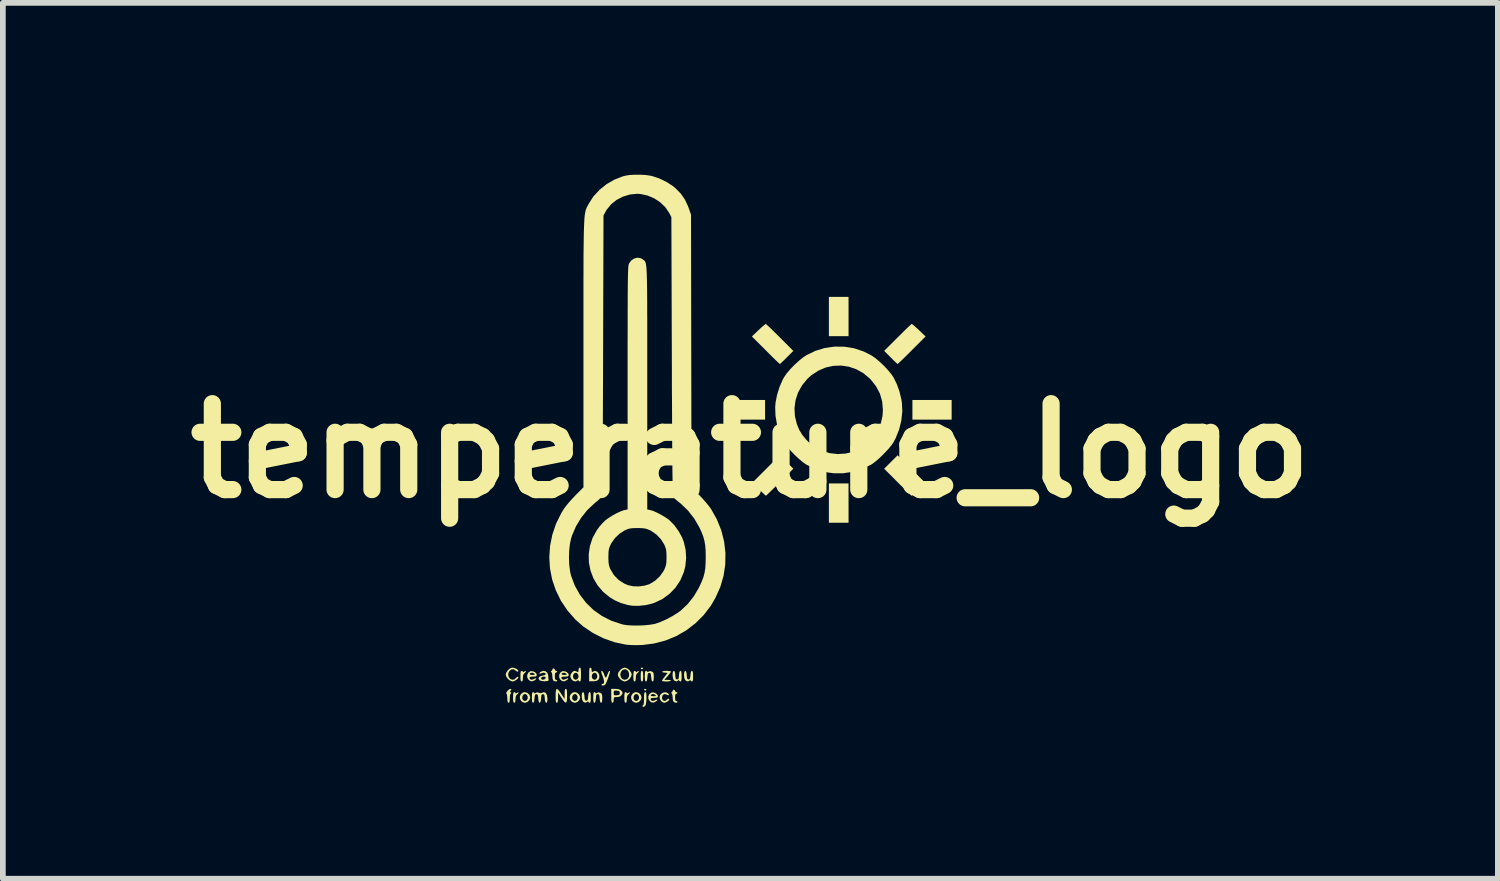
<source format=kicad_pcb>
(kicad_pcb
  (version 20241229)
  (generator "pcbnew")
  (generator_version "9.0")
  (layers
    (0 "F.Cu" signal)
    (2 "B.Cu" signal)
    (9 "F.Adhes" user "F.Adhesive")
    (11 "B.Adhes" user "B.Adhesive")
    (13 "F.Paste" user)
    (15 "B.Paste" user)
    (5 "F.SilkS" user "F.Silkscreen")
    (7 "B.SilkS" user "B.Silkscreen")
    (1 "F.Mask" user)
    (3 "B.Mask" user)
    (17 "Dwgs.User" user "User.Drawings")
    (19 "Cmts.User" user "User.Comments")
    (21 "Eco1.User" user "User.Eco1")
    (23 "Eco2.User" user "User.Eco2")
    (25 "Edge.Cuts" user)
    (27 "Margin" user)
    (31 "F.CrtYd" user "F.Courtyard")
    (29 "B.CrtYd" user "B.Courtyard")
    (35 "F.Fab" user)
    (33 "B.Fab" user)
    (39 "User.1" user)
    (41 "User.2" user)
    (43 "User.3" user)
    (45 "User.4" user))
  (footprint "temperature_logo"
    (layer "F.Cu")
    (at 10.05 4.819)
    (property "Reference" "temperature_logo" (at 0 0 0) (layer "F.SilkS") (effects (font (size 1.5 1.5) (thickness 0.3))))
    (attr board_only exclude_from_pos_files exclude_from_bom)
    (fp_poly (pts (xy -1.874 3.793) (xy -1.871 3.8) (xy -1.883 3.813) (xy -1.893 3.814) (xy -1.912 3.807) (xy -1.914 3.8) (xy -1.903 3.787) (xy -1.893 3.786)) (stroke (width 0) (type solid)) (fill yes) (layer "F.SilkS"))
    (fp_poly (pts (xy -1.817 4.165) (xy -1.814 4.171) (xy -1.826 4.184) (xy -1.836 4.186) (xy -1.855 4.178) (xy -1.857 4.171) (xy -1.846 4.159) (xy -1.836 4.157)) (stroke (width 0) (type solid)) (fill yes) (layer "F.SilkS"))
    (fp_poly (pts (xy 0.257 -0.714) (xy 0.257 -0.543) (xy -0.086 -0.543) (xy -0.429 -0.543) (xy -0.429 -0.714) (xy -0.429 -0.886) (xy -0.086 -0.886) (xy 0.257 -0.886)) (stroke (width 0) (type solid)) (fill yes) (layer "F.SilkS"))
    (fp_poly (pts (xy 1.714 -2.343) (xy 1.714 -2) (xy 1.543 -2) (xy 1.371 -2) (xy 1.371 -2.343) (xy 1.371 -2.686) (xy 1.543 -2.686) (xy 1.714 -2.686)) (stroke (width 0) (type solid)) (fill yes) (layer "F.SilkS"))
    (fp_poly (pts (xy 1.714 0.914) (xy 1.714 1.257) (xy 1.543 1.257) (xy 1.371 1.257) (xy 1.371 0.914) (xy 1.371 0.571) (xy 1.543 0.571) (xy 1.714 0.571)) (stroke (width 0) (type solid)) (fill yes) (layer "F.SilkS"))
    (fp_poly (pts (xy 3.514 -0.714) (xy 3.514 -0.543) (xy 3.171 -0.543) (xy 2.829 -0.543) (xy 2.829 -0.714) (xy 2.829 -0.886) (xy 3.171 -0.886) (xy 3.514 -0.886)) (stroke (width 0) (type solid)) (fill yes) (layer "F.SilkS"))
    (fp_poly (pts (xy -1.881 3.849) (xy -1.874 3.871) (xy -1.872 3.915) (xy -1.871 3.936) (xy -1.873 3.988) (xy -1.878 4.017) (xy -1.888 4.028) (xy -1.893 4.029) (xy -1.905 4.022) (xy -1.912 4) (xy -1.914 3.957) (xy -1.914 3.936) (xy -1.913 3.884) (xy -1.908 3.855) (xy -1.898 3.844) (xy -1.893 3.843)) (stroke (width 0) (type solid)) (fill yes) (layer "F.SilkS"))
    (fp_poly (pts (xy 0.632 0.196) (xy 0.75 0.314) (xy 0.514 0.55) (xy 0.447 0.617) (xy 0.387 0.676) (xy 0.337 0.725) (xy 0.299 0.762) (xy 0.276 0.782) (xy 0.271 0.786) (xy 0.259 0.776) (xy 0.231 0.75) (xy 0.191 0.712) (xy 0.15 0.671) (xy 0.036 0.557) (xy 0.275 0.318) (xy 0.514 0.079)) (stroke (width 0) (type solid)) (fill yes) (layer "F.SilkS"))
    (fp_poly (pts (xy 2.811 0.318) (xy 3.05 0.557) (xy 2.936 0.671) (xy 2.89 0.717) (xy 2.851 0.754) (xy 2.825 0.778) (xy 2.814 0.786) (xy 2.803 0.776) (xy 2.774 0.749) (xy 2.73 0.707) (xy 2.676 0.653) (xy 2.612 0.591) (xy 2.571 0.55) (xy 2.336 0.314) (xy 2.454 0.196) (xy 2.571 0.079)) (stroke (width 0) (type solid)) (fill yes) (layer "F.SilkS"))
    (fp_poly (pts (xy -1.824 4.22) (xy -1.817 4.241) (xy -1.815 4.283) (xy -1.814 4.315) (xy -1.816 4.37) (xy -1.822 4.416) (xy -1.829 4.444) (xy -1.848 4.464) (xy -1.87 4.472) (xy -1.884 4.464) (xy -1.886 4.457) (xy -1.875 4.443) (xy -1.871 4.443) (xy -1.864 4.429) (xy -1.859 4.393) (xy -1.857 4.339) (xy -1.857 4.329) (xy -1.856 4.27) (xy -1.852 4.235) (xy -1.845 4.218) (xy -1.836 4.214)) (stroke (width 0) (type solid)) (fill yes) (layer "F.SilkS"))
    (fp_poly (pts (xy -4.102 4.223) (xy -4.1 4.23) (xy -4.093 4.238) (xy -4.078 4.228) (xy -4.056 4.218) (xy -4.047 4.22) (xy -4.05 4.234) (xy -4.069 4.251) (xy -4.09 4.274) (xy -4.099 4.309) (xy -4.1 4.337) (xy -4.103 4.379) (xy -4.113 4.398) (xy -4.121 4.4) (xy -4.133 4.394) (xy -4.14 4.372) (xy -4.143 4.328) (xy -4.143 4.307) (xy -4.141 4.255) (xy -4.136 4.226) (xy -4.126 4.215) (xy -4.121 4.214)) (stroke (width 0) (type solid)) (fill yes) (layer "F.SilkS"))
    (fp_poly (pts (xy -3.974 3.851) (xy -3.971 3.859) (xy -3.964 3.866) (xy -3.95 3.857) (xy -3.928 3.846) (xy -3.918 3.848) (xy -3.921 3.862) (xy -3.94 3.88) (xy -3.961 3.903) (xy -3.97 3.938) (xy -3.971 3.965) (xy -3.974 4.007) (xy -3.984 4.026) (xy -3.993 4.029) (xy -4.005 4.022) (xy -4.012 4) (xy -4.014 3.957) (xy -4.014 3.936) (xy -4.013 3.884) (xy -4.008 3.855) (xy -3.998 3.844) (xy -3.993 3.843)) (stroke (width 0) (type solid)) (fill yes) (layer "F.SilkS"))
    (fp_poly (pts (xy -2.16 4.223) (xy -2.157 4.23) (xy -2.15 4.238) (xy -2.135 4.228) (xy -2.114 4.218) (xy -2.104 4.22) (xy -2.107 4.234) (xy -2.126 4.251) (xy -2.147 4.274) (xy -2.156 4.309) (xy -2.157 4.337) (xy -2.16 4.379) (xy -2.17 4.398) (xy -2.179 4.4) (xy -2.191 4.394) (xy -2.197 4.372) (xy -2.2 4.328) (xy -2.2 4.307) (xy -2.199 4.255) (xy -2.193 4.226) (xy -2.183 4.215) (xy -2.179 4.214)) (stroke (width 0) (type solid)) (fill yes) (layer "F.SilkS"))
    (fp_poly (pts (xy -2.002 3.851) (xy -2 3.859) (xy -1.993 3.866) (xy -1.978 3.857) (xy -1.956 3.846) (xy -1.947 3.848) (xy -1.95 3.862) (xy -1.969 3.88) (xy -1.99 3.903) (xy -1.999 3.938) (xy -2 3.965) (xy -2.003 4.007) (xy -2.013 4.026) (xy -2.021 4.029) (xy -2.033 4.022) (xy -2.04 4) (xy -2.043 3.957) (xy -2.043 3.936) (xy -2.041 3.884) (xy -2.036 3.855) (xy -2.026 3.844) (xy -2.021 3.843)) (stroke (width 0) (type solid)) (fill yes) (layer "F.SilkS"))
    (fp_poly (pts (xy -4.173 4.165) (xy -4.176 4.182) (xy -4.189 4.191) (xy -4.198 4.201) (xy -4.186 4.214) (xy -4.173 4.229) (xy -4.182 4.238) (xy -4.194 4.257) (xy -4.199 4.3) (xy -4.2 4.323) (xy -4.202 4.37) (xy -4.209 4.394) (xy -4.221 4.4) (xy -4.234 4.393) (xy -4.241 4.368) (xy -4.243 4.323) (xy -4.246 4.275) (xy -4.254 4.246) (xy -4.259 4.24) (xy -4.263 4.228) (xy -4.25 4.205) (xy -4.229 4.181) (xy -4.206 4.163) (xy -4.19 4.157)) (stroke (width 0) (type solid)) (fill yes) (layer "F.SilkS"))
    (fp_poly (pts (xy 0.281 -2.205) (xy 0.311 -2.177) (xy 0.355 -2.136) (xy 0.41 -2.082) (xy 0.474 -2.019) (xy 0.514 -1.979) (xy 0.75 -1.743) (xy 0.636 -1.629) (xy 0.59 -1.583) (xy 0.551 -1.546) (xy 0.525 -1.522) (xy 0.514 -1.514) (xy 0.503 -1.524) (xy 0.474 -1.551) (xy 0.43 -1.593) (xy 0.375 -1.647) (xy 0.312 -1.71) (xy 0.267 -1.755) (xy 0.027 -1.995) (xy 0.142 -2.105) (xy 0.189 -2.149) (xy 0.229 -2.184) (xy 0.257 -2.207) (xy 0.268 -2.214)) (stroke (width 0) (type solid)) (fill yes) (layer "F.SilkS"))
    (fp_poly (pts (xy 2.832 -2.205) (xy 2.862 -2.18) (xy 2.903 -2.143) (xy 2.944 -2.105) (xy 3.059 -1.995) (xy 2.819 -1.755) (xy 2.751 -1.687) (xy 2.69 -1.627) (xy 2.639 -1.577) (xy 2.6 -1.54) (xy 2.577 -1.518) (xy 2.571 -1.514) (xy 2.559 -1.524) (xy 2.531 -1.55) (xy 2.491 -1.588) (xy 2.45 -1.629) (xy 2.336 -1.743) (xy 2.572 -1.979) (xy 2.639 -2.045) (xy 2.699 -2.105) (xy 2.75 -2.154) (xy 2.789 -2.19) (xy 2.812 -2.211) (xy 2.818 -2.214)) (stroke (width 0) (type solid)) (fill yes) (layer "F.SilkS"))
    (fp_poly (pts (xy -1.421 3.845) (xy -1.393 3.85) (xy -1.386 3.855) (xy -1.394 3.872) (xy -1.417 3.902) (xy -1.444 3.934) (xy -1.502 4) (xy -1.444 4) (xy -1.408 4.003) (xy -1.387 4.011) (xy -1.386 4.014) (xy -1.399 4.022) (xy -1.432 4.027) (xy -1.464 4.029) (xy -1.507 4.027) (xy -1.536 4.021) (xy -1.543 4.016) (xy -1.535 3.999) (xy -1.513 3.968) (xy -1.493 3.941) (xy -1.443 3.879) (xy -1.493 3.874) (xy -1.531 3.868) (xy -1.542 3.859) (xy -1.53 3.85) (xy -1.497 3.844) (xy -1.464 3.843)) (stroke (width 0) (type solid)) (fill yes) (layer "F.SilkS"))
    (fp_poly (pts (xy -1.464 4.22) (xy -1.436 4.237) (xy -1.42 4.26) (xy -1.427 4.269) (xy -1.453 4.263) (xy -1.464 4.257) (xy -1.502 4.248) (xy -1.529 4.264) (xy -1.542 4.302) (xy -1.543 4.315) (xy -1.533 4.349) (xy -1.51 4.367) (xy -1.482 4.367) (xy -1.464 4.352) (xy -1.442 4.333) (xy -1.423 4.329) (xy -1.414 4.342) (xy -1.426 4.361) (xy -1.454 4.382) (xy -1.486 4.397) (xy -1.503 4.4) (xy -1.532 4.39) (xy -1.557 4.371) (xy -1.579 4.337) (xy -1.586 4.307) (xy -1.574 4.264) (xy -1.544 4.233) (xy -1.505 4.217)) (stroke (width 0) (type solid)) (fill yes) (layer "F.SilkS"))
    (fp_poly (pts (xy -3.893 4.227) (xy -3.859 4.259) (xy -3.843 4.301) (xy -3.843 4.307) (xy -3.856 4.35) (xy -3.888 4.384) (xy -3.929 4.4) (xy -3.936 4.4) (xy -3.973 4.39) (xy -4 4.371) (xy -4.023 4.331) (xy -4.023 4.32) (xy -3.983 4.32) (xy -3.971 4.351) (xy -3.941 4.37) (xy -3.911 4.361) (xy -3.903 4.354) (xy -3.887 4.324) (xy -3.888 4.291) (xy -3.902 4.263) (xy -3.925 4.247) (xy -3.954 4.252) (xy -3.955 4.252) (xy -3.978 4.281) (xy -3.983 4.32) (xy -4.023 4.32) (xy -4.024 4.287) (xy -4.005 4.248) (xy -3.971 4.221) (xy -3.936 4.214)) (stroke (width 0) (type solid)) (fill yes) (layer "F.SilkS"))
    (fp_poly (pts (xy -3.022 4.227) (xy -2.988 4.259) (xy -2.972 4.301) (xy -2.971 4.307) (xy -2.984 4.35) (xy -3.016 4.384) (xy -3.058 4.4) (xy -3.064 4.4) (xy -3.101 4.39) (xy -3.129 4.371) (xy -3.152 4.331) (xy -3.152 4.32) (xy -3.112 4.32) (xy -3.099 4.351) (xy -3.07 4.37) (xy -3.039 4.361) (xy -3.031 4.354) (xy -3.016 4.324) (xy -3.017 4.291) (xy -3.031 4.263) (xy -3.054 4.247) (xy -3.082 4.252) (xy -3.083 4.252) (xy -3.106 4.281) (xy -3.112 4.32) (xy -3.152 4.32) (xy -3.153 4.287) (xy -3.134 4.248) (xy -3.099 4.221) (xy -3.064 4.214)) (stroke (width 0) (type solid)) (fill yes) (layer "F.SilkS"))
    (fp_poly (pts (xy -1.95 4.227) (xy -1.916 4.259) (xy -1.9 4.301) (xy -1.9 4.307) (xy -1.913 4.35) (xy -1.945 4.384) (xy -1.987 4.4) (xy -1.993 4.4) (xy -2.03 4.39) (xy -2.057 4.371) (xy -2.08 4.331) (xy -2.081 4.32) (xy -2.04 4.32) (xy -2.028 4.351) (xy -1.999 4.37) (xy -1.968 4.361) (xy -1.96 4.354) (xy -1.944 4.324) (xy -1.945 4.291) (xy -1.959 4.263) (xy -1.983 4.247) (xy -2.011 4.252) (xy -2.012 4.252) (xy -2.035 4.281) (xy -2.04 4.32) (xy -2.081 4.32) (xy -2.081 4.287) (xy -2.062 4.248) (xy -2.028 4.221) (xy -1.993 4.214)) (stroke (width 0) (type solid)) (fill yes) (layer "F.SilkS"))
    (fp_poly (pts (xy -2.577 3.855) (xy -2.56 3.886) (xy -2.557 3.896) (xy -2.54 3.942) (xy -2.526 3.96) (xy -2.513 3.952) (xy -2.5 3.919) (xy -2.481 3.87) (xy -2.463 3.845) (xy -2.45 3.845) (xy -2.451 3.861) (xy -2.46 3.896) (xy -2.475 3.942) (xy -2.492 3.991) (xy -2.51 4.037) (xy -2.526 4.071) (xy -2.533 4.082) (xy -2.554 4.096) (xy -2.58 4.1) (xy -2.598 4.092) (xy -2.6 4.086) (xy -2.589 4.073) (xy -2.58 4.071) (xy -2.558 4.062) (xy -2.553 4.033) (xy -2.563 3.982) (xy -2.579 3.936) (xy -2.597 3.886) (xy -2.603 3.857) (xy -2.6 3.844) (xy -2.594 3.843)) (stroke (width 0) (type solid)) (fill yes) (layer "F.SilkS"))
    (fp_poly (pts (xy -3.417 3.811) (xy -3.414 3.821) (xy -3.403 3.84) (xy -3.393 3.843) (xy -3.374 3.851) (xy -3.371 3.857) (xy -3.383 3.87) (xy -3.393 3.871) (xy -3.407 3.88) (xy -3.413 3.908) (xy -3.414 3.936) (xy -3.411 3.978) (xy -3.402 3.997) (xy -3.393 4) (xy -3.374 4.008) (xy -3.371 4.014) (xy -3.382 4.026) (xy -3.407 4.027) (xy -3.433 4.017) (xy -3.44 4.011) (xy -3.451 3.987) (xy -3.457 3.947) (xy -3.457 3.934) (xy -3.461 3.894) (xy -3.471 3.868) (xy -3.475 3.865) (xy -3.486 3.856) (xy -3.475 3.849) (xy -3.459 3.829) (xy -3.457 3.82) (xy -3.446 3.802) (xy -3.436 3.8)) (stroke (width 0) (type solid)) (fill yes) (layer "F.SilkS"))
    (fp_poly (pts (xy -3.211 4.162) (xy -3.204 4.181) (xy -3.201 4.219) (xy -3.2 4.279) (xy -3.202 4.346) (xy -3.209 4.387) (xy -3.223 4.399) (xy -3.245 4.385) (xy -3.277 4.344) (xy -3.299 4.311) (xy -3.357 4.221) (xy -3.357 4.311) (xy -3.359 4.362) (xy -3.364 4.39) (xy -3.375 4.4) (xy -3.379 4.4) (xy -3.389 4.395) (xy -3.396 4.376) (xy -3.399 4.338) (xy -3.4 4.279) (xy -3.398 4.211) (xy -3.391 4.171) (xy -3.377 4.158) (xy -3.355 4.172) (xy -3.323 4.213) (xy -3.301 4.246) (xy -3.243 4.336) (xy -3.243 4.246) (xy -3.241 4.195) (xy -3.236 4.168) (xy -3.225 4.158) (xy -3.221 4.157)) (stroke (width 0) (type solid)) (fill yes) (layer "F.SilkS"))
    (fp_poly (pts (xy -2.152 3.798) (xy -2.112 3.829) (xy -2.083 3.869) (xy -2.071 3.907) (xy -2.084 3.948) (xy -2.114 3.988) (xy -2.154 4.017) (xy -2.193 4.029) (xy -2.232 4.017) (xy -2.273 3.987) (xy -2.303 3.946) (xy -2.314 3.907) (xy -2.314 3.905) (xy -2.271 3.905) (xy -2.261 3.953) (xy -2.234 3.986) (xy -2.198 3.999) (xy -2.157 3.989) (xy -2.14 3.976) (xy -2.119 3.941) (xy -2.116 3.898) (xy -2.128 3.857) (xy -2.154 3.826) (xy -2.19 3.814) (xy -2.231 3.827) (xy -2.26 3.86) (xy -2.271 3.905) (xy -2.314 3.905) (xy -2.302 3.867) (xy -2.271 3.827) (xy -2.231 3.797) (xy -2.193 3.786)) (stroke (width 0) (type solid)) (fill yes) (layer "F.SilkS"))
    (fp_poly (pts (xy -1.317 4.183) (xy -1.314 4.193) (xy -1.303 4.212) (xy -1.293 4.214) (xy -1.274 4.222) (xy -1.271 4.229) (xy -1.283 4.241) (xy -1.293 4.243) (xy -1.307 4.251) (xy -1.313 4.28) (xy -1.314 4.307) (xy -1.311 4.35) (xy -1.302 4.369) (xy -1.293 4.371) (xy -1.274 4.379) (xy -1.271 4.386) (xy -1.282 4.398) (xy -1.307 4.399) (xy -1.333 4.388) (xy -1.34 4.383) (xy -1.351 4.359) (xy -1.357 4.319) (xy -1.357 4.305) (xy -1.361 4.265) (xy -1.371 4.24) (xy -1.375 4.237) (xy -1.386 4.228) (xy -1.375 4.22) (xy -1.359 4.2) (xy -1.357 4.192) (xy -1.346 4.174) (xy -1.336 4.171)) (stroke (width 0) (type solid)) (fill yes) (layer "F.SilkS"))
    (fp_poly (pts (xy -2.795 4.221) (xy -2.788 4.245) (xy -2.786 4.291) (xy -2.786 4.307) (xy -2.787 4.359) (xy -2.792 4.388) (xy -2.802 4.399) (xy -2.807 4.4) (xy -2.826 4.391) (xy -2.829 4.383) (xy -2.833 4.373) (xy -2.846 4.383) (xy -2.877 4.399) (xy -2.91 4.387) (xy -2.92 4.378) (xy -2.934 4.351) (xy -2.942 4.313) (xy -2.944 4.272) (xy -2.939 4.236) (xy -2.928 4.216) (xy -2.922 4.214) (xy -2.908 4.224) (xy -2.9 4.256) (xy -2.897 4.289) (xy -2.893 4.334) (xy -2.885 4.356) (xy -2.871 4.364) (xy -2.864 4.364) (xy -2.847 4.36) (xy -2.838 4.343) (xy -2.833 4.307) (xy -2.831 4.289) (xy -2.826 4.241) (xy -2.816 4.218) (xy -2.806 4.214)) (stroke (width 0) (type solid)) (fill yes) (layer "F.SilkS"))
    (fp_poly (pts (xy -2.702 4.223) (xy -2.7 4.23) (xy -2.693 4.238) (xy -2.678 4.228) (xy -2.653 4.217) (xy -2.621 4.226) (xy -2.6 4.239) (xy -2.59 4.258) (xy -2.586 4.293) (xy -2.586 4.321) (xy -2.588 4.369) (xy -2.595 4.394) (xy -2.606 4.4) (xy -2.62 4.39) (xy -2.628 4.359) (xy -2.631 4.325) (xy -2.636 4.281) (xy -2.643 4.258) (xy -2.657 4.25) (xy -2.664 4.25) (xy -2.681 4.254) (xy -2.691 4.271) (xy -2.696 4.307) (xy -2.697 4.325) (xy -2.703 4.373) (xy -2.713 4.396) (xy -2.722 4.4) (xy -2.734 4.393) (xy -2.74 4.369) (xy -2.743 4.323) (xy -2.743 4.307) (xy -2.741 4.255) (xy -2.736 4.226) (xy -2.726 4.215) (xy -2.721 4.214)) (stroke (width 0) (type solid)) (fill yes) (layer "F.SilkS"))
    (fp_poly (pts (xy -1.802 3.851) (xy -1.8 3.859) (xy -1.793 3.866) (xy -1.778 3.857) (xy -1.753 3.846) (xy -1.721 3.855) (xy -1.7 3.867) (xy -1.69 3.887) (xy -1.686 3.922) (xy -1.686 3.95) (xy -1.688 3.998) (xy -1.695 4.022) (xy -1.706 4.029) (xy -1.72 4.019) (xy -1.728 3.987) (xy -1.731 3.954) (xy -1.736 3.909) (xy -1.743 3.887) (xy -1.757 3.879) (xy -1.764 3.879) (xy -1.781 3.883) (xy -1.791 3.899) (xy -1.796 3.936) (xy -1.797 3.954) (xy -1.803 4.001) (xy -1.813 4.025) (xy -1.822 4.029) (xy -1.834 4.022) (xy -1.84 3.998) (xy -1.843 3.952) (xy -1.843 3.936) (xy -1.841 3.884) (xy -1.836 3.855) (xy -1.826 3.844) (xy -1.821 3.843)) (stroke (width 0) (type solid)) (fill yes) (layer "F.SilkS"))
    (fp_poly (pts (xy -1.209 3.85) (xy -1.202 3.874) (xy -1.2 3.92) (xy -1.2 3.936) (xy -1.201 3.988) (xy -1.207 4.017) (xy -1.217 4.028) (xy -1.221 4.029) (xy -1.24 4.019) (xy -1.243 4.011) (xy -1.247 4.001) (xy -1.26 4.011) (xy -1.291 4.028) (xy -1.324 4.015) (xy -1.335 4.006) (xy -1.349 3.98) (xy -1.356 3.942) (xy -1.358 3.9) (xy -1.353 3.865) (xy -1.342 3.845) (xy -1.336 3.843) (xy -1.323 3.853) (xy -1.314 3.884) (xy -1.311 3.918) (xy -1.307 3.962) (xy -1.3 3.985) (xy -1.285 3.992) (xy -1.279 3.993) (xy -1.261 3.989) (xy -1.252 3.972) (xy -1.247 3.936) (xy -1.246 3.918) (xy -1.24 3.87) (xy -1.23 3.847) (xy -1.221 3.843)) (stroke (width 0) (type solid)) (fill yes) (layer "F.SilkS"))
    (fp_poly (pts (xy -1.009 3.85) (xy -1.002 3.874) (xy -1 3.92) (xy -1 3.936) (xy -1.001 3.988) (xy -1.007 4.017) (xy -1.017 4.028) (xy -1.021 4.029) (xy -1.04 4.019) (xy -1.043 4.011) (xy -1.047 4.001) (xy -1.06 4.011) (xy -1.091 4.028) (xy -1.124 4.015) (xy -1.135 4.006) (xy -1.149 3.98) (xy -1.156 3.942) (xy -1.158 3.9) (xy -1.153 3.865) (xy -1.142 3.845) (xy -1.136 3.843) (xy -1.123 3.853) (xy -1.114 3.884) (xy -1.111 3.918) (xy -1.107 3.962) (xy -1.1 3.985) (xy -1.085 3.992) (xy -1.079 3.993) (xy -1.061 3.989) (xy -1.052 3.972) (xy -1.047 3.936) (xy -1.046 3.918) (xy -1.04 3.87) (xy -1.03 3.847) (xy -1.021 3.843)) (stroke (width 0) (type solid)) (fill yes) (layer "F.SilkS"))
    (fp_poly (pts (xy -4.119 3.793) (xy -4.08 3.81) (xy -4.054 3.832) (xy -4.051 3.838) (xy -4.053 3.854) (xy -4.07 3.856) (xy -4.092 3.844) (xy -4.1 3.836) (xy -4.132 3.815) (xy -4.167 3.817) (xy -4.2 3.838) (xy -4.222 3.873) (xy -4.229 3.91) (xy -4.218 3.953) (xy -4.192 3.984) (xy -4.157 3.998) (xy -4.121 3.993) (xy -4.095 3.97) (xy -4.073 3.949) (xy -4.055 3.946) (xy -4.049 3.958) (xy -4.061 3.977) (xy -4.086 4) (xy -4.116 4.018) (xy -4.145 4.028) (xy -4.15 4.029) (xy -4.189 4.017) (xy -4.229 3.987) (xy -4.23 3.987) (xy -4.26 3.946) (xy -4.271 3.907) (xy -4.26 3.87) (xy -4.233 3.832) (xy -4.198 3.801) (xy -4.163 3.786) (xy -4.159 3.786)) (stroke (width 0) (type solid)) (fill yes) (layer "F.SilkS"))
    (fp_poly (pts (xy -2.776 3.798) (xy -2.771 3.83) (xy -2.769 3.859) (xy -2.761 3.865) (xy -2.75 3.857) (xy -2.716 3.844) (xy -2.682 3.853) (xy -2.654 3.879) (xy -2.637 3.917) (xy -2.637 3.962) (xy -2.637 3.966) (xy -2.654 3.999) (xy -2.686 4.018) (xy -2.739 4.025) (xy -2.754 4.025) (xy -2.814 4.025) (xy -2.814 3.948) (xy -2.769 3.948) (xy -2.756 3.979) (xy -2.727 3.999) (xy -2.696 3.99) (xy -2.689 3.983) (xy -2.673 3.953) (xy -2.674 3.92) (xy -2.688 3.891) (xy -2.711 3.876) (xy -2.739 3.88) (xy -2.74 3.881) (xy -2.763 3.91) (xy -2.769 3.948) (xy -2.814 3.948) (xy -2.814 3.905) (xy -2.813 3.845) (xy -2.81 3.808) (xy -2.803 3.79) (xy -2.793 3.786)) (stroke (width 0) (type solid)) (fill yes) (layer "F.SilkS"))
    (fp_poly (pts (xy -3.796 3.85) (xy -3.759 3.867) (xy -3.734 3.895) (xy -3.729 3.915) (xy -3.733 3.932) (xy -3.751 3.941) (xy -3.789 3.943) (xy -3.793 3.943) (xy -3.835 3.946) (xy -3.854 3.955) (xy -3.857 3.965) (xy -3.846 3.988) (xy -3.818 3.998) (xy -3.786 3.989) (xy -3.784 3.988) (xy -3.754 3.973) (xy -3.738 3.974) (xy -3.742 3.987) (xy -3.755 4) (xy -3.8 4.025) (xy -3.841 4.022) (xy -3.871 4) (xy -3.894 3.961) (xy -3.896 3.917) (xy -3.887 3.896) (xy -3.854 3.896) (xy -3.846 3.909) (xy -3.813 3.914) (xy -3.807 3.914) (xy -3.773 3.913) (xy -3.764 3.906) (xy -3.772 3.892) (xy -3.798 3.877) (xy -3.829 3.877) (xy -3.851 3.891) (xy -3.854 3.896) (xy -3.887 3.896) (xy -3.878 3.877) (xy -3.844 3.851) (xy -3.836 3.849)) (stroke (width 0) (type solid)) (fill yes) (layer "F.SilkS"))
    (fp_poly (pts (xy -3.239 3.85) (xy -3.202 3.867) (xy -3.176 3.895) (xy -3.171 3.915) (xy -3.176 3.932) (xy -3.194 3.941) (xy -3.232 3.943) (xy -3.236 3.943) (xy -3.278 3.946) (xy -3.297 3.955) (xy -3.3 3.965) (xy -3.289 3.988) (xy -3.261 3.998) (xy -3.229 3.989) (xy -3.227 3.988) (xy -3.196 3.973) (xy -3.181 3.974) (xy -3.185 3.987) (xy -3.198 4) (xy -3.243 4.025) (xy -3.284 4.022) (xy -3.314 4) (xy -3.337 3.961) (xy -3.338 3.917) (xy -3.33 3.896) (xy -3.297 3.896) (xy -3.289 3.909) (xy -3.256 3.914) (xy -3.249 3.914) (xy -3.216 3.913) (xy -3.206 3.906) (xy -3.215 3.892) (xy -3.241 3.877) (xy -3.272 3.877) (xy -3.294 3.891) (xy -3.297 3.896) (xy -3.33 3.896) (xy -3.321 3.877) (xy -3.287 3.851) (xy -3.279 3.849)) (stroke (width 0) (type solid)) (fill yes) (layer "F.SilkS"))
    (fp_poly (pts (xy -2.303 4.162) (xy -2.268 4.177) (xy -2.257 4.186) (xy -2.234 4.213) (xy -2.232 4.235) (xy -2.249 4.266) (xy -2.251 4.268) (xy -2.277 4.291) (xy -2.317 4.3) (xy -2.329 4.3) (xy -2.366 4.302) (xy -2.382 4.311) (xy -2.386 4.336) (xy -2.386 4.35) (xy -2.39 4.387) (xy -2.405 4.4) (xy -2.407 4.4) (xy -2.418 4.395) (xy -2.424 4.376) (xy -2.428 4.338) (xy -2.429 4.279) (xy -2.429 4.229) (xy -2.386 4.229) (xy -2.384 4.258) (xy -2.372 4.269) (xy -2.342 4.27) (xy -2.332 4.269) (xy -2.297 4.263) (xy -2.281 4.25) (xy -2.279 4.229) (xy -2.283 4.205) (xy -2.3 4.193) (xy -2.332 4.188) (xy -2.367 4.187) (xy -2.382 4.196) (xy -2.386 4.22) (xy -2.386 4.229) (xy -2.429 4.229) (xy -2.429 4.157) (xy -2.357 4.157)) (stroke (width 0) (type solid)) (fill yes) (layer "F.SilkS"))
    (fp_poly (pts (xy -1.682 4.221) (xy -1.644 4.239) (xy -1.619 4.266) (xy -1.614 4.286) (xy -1.619 4.304) (xy -1.636 4.312) (xy -1.675 4.314) (xy -1.679 4.314) (xy -1.721 4.317) (xy -1.74 4.326) (xy -1.743 4.336) (xy -1.731 4.36) (xy -1.704 4.369) (xy -1.672 4.36) (xy -1.67 4.359) (xy -1.639 4.345) (xy -1.624 4.345) (xy -1.627 4.359) (xy -1.641 4.372) (xy -1.685 4.397) (xy -1.727 4.393) (xy -1.757 4.371) (xy -1.78 4.332) (xy -1.781 4.288) (xy -1.772 4.268) (xy -1.739 4.268) (xy -1.732 4.281) (xy -1.699 4.286) (xy -1.692 4.286) (xy -1.659 4.284) (xy -1.649 4.278) (xy -1.658 4.264) (xy -1.684 4.248) (xy -1.715 4.248) (xy -1.737 4.263) (xy -1.739 4.268) (xy -1.772 4.268) (xy -1.764 4.249) (xy -1.73 4.223) (xy -1.722 4.22)) (stroke (width 0) (type solid)) (fill yes) (layer "F.SilkS"))
    (fp_poly (pts (xy -3.577 3.849) (xy -3.545 3.876) (xy -3.529 3.922) (xy -3.529 3.936) (xy -3.526 3.975) (xy -3.521 4.003) (xy -3.521 4.003) (xy -3.528 4.015) (xy -3.555 4.022) (xy -3.593 4.025) (xy -3.633 4.022) (xy -3.667 4.014) (xy -3.68 4.008) (xy -3.697 3.982) (xy -3.696 3.969) (xy -3.654 3.969) (xy -3.649 3.987) (xy -3.629 3.998) (xy -3.6 3.994) (xy -3.578 3.977) (xy -3.574 3.968) (xy -3.578 3.949) (xy -3.604 3.943) (xy -3.605 3.943) (xy -3.64 3.95) (xy -3.654 3.969) (xy -3.696 3.969) (xy -3.696 3.966) (xy -3.686 3.949) (xy -3.669 3.938) (xy -3.636 3.928) (xy -3.611 3.922) (xy -3.582 3.912) (xy -3.571 3.899) (xy -3.583 3.881) (xy -3.61 3.875) (xy -3.641 3.882) (xy -3.646 3.884) (xy -3.673 3.895) (xy -3.684 3.888) (xy -3.674 3.87) (xy -3.665 3.863) (xy -3.619 3.843)) (stroke (width 0) (type solid)) (fill yes) (layer "F.SilkS"))
    (fp_poly (pts (xy -2.968 3.791) (xy -2.961 3.81) (xy -2.958 3.847) (xy -2.957 3.907) (xy -2.958 3.968) (xy -2.961 4.005) (xy -2.968 4.024) (xy -2.979 4.029) (xy -2.998 4.019) (xy -3 4.011) (xy -3.004 4.001) (xy -3.017 4.011) (xy -3.051 4.028) (xy -3.09 4.019) (xy -3.114 4) (xy -3.136 3.966) (xy -3.14 3.948) (xy -3.097 3.948) (xy -3.085 3.979) (xy -3.056 3.999) (xy -3.025 3.99) (xy -3.017 3.983) (xy -3.001 3.953) (xy -3.002 3.92) (xy -3.017 3.891) (xy -3.04 3.876) (xy -3.068 3.88) (xy -3.069 3.881) (xy -3.092 3.91) (xy -3.097 3.948) (xy -3.14 3.948) (xy -3.143 3.936) (xy -3.134 3.902) (xy -3.111 3.868) (xy -3.084 3.846) (xy -3.07 3.843) (xy -3.046 3.849) (xy -3.028 3.858) (xy -3.008 3.865) (xy -3.001 3.853) (xy -3 3.829) (xy -2.994 3.795) (xy -2.979 3.786)) (stroke (width 0) (type solid)) (fill yes) (layer "F.SilkS"))
    (fp_poly (pts (xy -3.774 4.223) (xy -3.771 4.23) (xy -3.764 4.238) (xy -3.75 4.228) (xy -3.722 4.217) (xy -3.695 4.225) (xy -3.659 4.233) (xy -3.642 4.227) (xy -3.603 4.215) (xy -3.573 4.228) (xy -3.552 4.265) (xy -3.543 4.322) (xy -3.543 4.33) (xy -3.545 4.375) (xy -3.554 4.396) (xy -3.564 4.4) (xy -3.577 4.39) (xy -3.586 4.359) (xy -3.589 4.325) (xy -3.593 4.281) (xy -3.6 4.258) (xy -3.615 4.25) (xy -3.621 4.25) (xy -3.639 4.254) (xy -3.648 4.271) (xy -3.653 4.307) (xy -3.654 4.325) (xy -3.66 4.374) (xy -3.671 4.397) (xy -3.679 4.4) (xy -3.692 4.389) (xy -3.7 4.354) (xy -3.703 4.325) (xy -3.707 4.281) (xy -3.715 4.258) (xy -3.729 4.25) (xy -3.736 4.25) (xy -3.753 4.254) (xy -3.762 4.271) (xy -3.767 4.307) (xy -3.769 4.325) (xy -3.774 4.373) (xy -3.784 4.396) (xy -3.794 4.4) (xy -3.805 4.393) (xy -3.812 4.369) (xy -3.814 4.323) (xy -3.814 4.307) (xy -3.813 4.255) (xy -3.808 4.226) (xy -3.798 4.215) (xy -3.793 4.214)) (stroke (width 0) (type solid)) (fill yes) (layer "F.SilkS"))
    (fp_poly (pts (xy 1.643 -1.816) (xy 1.813 -1.788) (xy 1.977 -1.733) (xy 2.107 -1.668) (xy 2.177 -1.621) (xy 2.254 -1.556) (xy 2.333 -1.482) (xy 2.406 -1.404) (xy 2.466 -1.329) (xy 2.499 -1.281) (xy 2.556 -1.165) (xy 2.603 -1.034) (xy 2.636 -0.897) (xy 2.645 -0.842) (xy 2.653 -0.689) (xy 2.636 -0.529) (xy 2.597 -0.37) (xy 2.537 -0.22) (xy 2.499 -0.148) (xy 2.459 -0.09) (xy 2.402 -0.022) (xy 2.334 0.05) (xy 2.263 0.12) (xy 2.192 0.182) (xy 2.13 0.229) (xy 2.111 0.241) (xy 1.956 0.316) (xy 1.792 0.367) (xy 1.623 0.393) (xy 1.454 0.393) (xy 1.35 0.379) (xy 1.213 0.344) (xy 1.078 0.293) (xy 0.975 0.241) (xy 0.918 0.201) (xy 0.85 0.144) (xy 0.778 0.077) (xy 0.708 0.005) (xy 0.647 -0.066) (xy 0.599 -0.128) (xy 0.587 -0.148) (xy 0.517 -0.291) (xy 0.467 -0.447) (xy 0.439 -0.607) (xy 0.434 -0.745) (xy 0.77 -0.745) (xy 0.778 -0.602) (xy 0.813 -0.461) (xy 0.856 -0.359) (xy 0.908 -0.275) (xy 0.978 -0.19) (xy 1.056 -0.114) (xy 1.124 -0.062) (xy 1.249 0.002) (xy 1.384 0.042) (xy 1.525 0.058) (xy 1.666 0.049) (xy 1.781 0.021) (xy 1.917 -0.039) (xy 2.037 -0.12) (xy 2.138 -0.22) (xy 2.217 -0.337) (xy 2.275 -0.466) (xy 2.307 -0.607) (xy 2.314 -0.714) (xy 2.301 -0.861) (xy 2.262 -0.997) (xy 2.196 -1.123) (xy 2.103 -1.241) (xy 2.086 -1.259) (xy 1.974 -1.353) (xy 1.851 -1.422) (xy 1.721 -1.467) (xy 1.586 -1.487) (xy 1.449 -1.482) (xy 1.315 -1.453) (xy 1.187 -1.398) (xy 1.067 -1.32) (xy 0.999 -1.259) (xy 0.904 -1.144) (xy 0.834 -1.019) (xy 0.789 -0.884) (xy 0.77 -0.745) (xy 0.434 -0.745) (xy 0.434 -0.764) (xy 0.44 -0.842) (xy 0.467 -0.979) (xy 0.51 -1.115) (xy 0.564 -1.239) (xy 0.587 -1.281) (xy 0.633 -1.348) (xy 0.697 -1.424) (xy 0.772 -1.501) (xy 0.851 -1.573) (xy 0.927 -1.634) (xy 0.979 -1.668) (xy 1.136 -1.744) (xy 1.301 -1.794) (xy 1.471 -1.818)) (stroke (width 0) (type solid)) (fill yes) (layer "F.SilkS"))
    (fp_poly (pts (xy -1.916 -3.362) (xy -1.88 -3.342) (xy -1.869 -3.334) (xy -1.86 -3.327) (xy -1.851 -3.32) (xy -1.843 -3.312) (xy -1.836 -3.3) (xy -1.83 -3.284) (xy -1.824 -3.263) (xy -1.82 -3.235) (xy -1.815 -3.198) (xy -1.812 -3.151) (xy -1.809 -3.093) (xy -1.807 -3.023) (xy -1.805 -2.939) (xy -1.803 -2.839) (xy -1.802 -2.723) (xy -1.801 -2.589) (xy -1.801 -2.436) (xy -1.8 -2.262) (xy -1.8 -2.066) (xy -1.8 -1.847) (xy -1.8 -1.603) (xy -1.8 -1.332) (xy -1.8 -1.102) (xy -1.8 1.025) (xy -1.751 1.035) (xy -1.699 1.05) (xy -1.634 1.079) (xy -1.562 1.116) (xy -1.492 1.157) (xy -1.432 1.198) (xy -1.41 1.216) (xy -1.327 1.301) (xy -1.252 1.405) (xy -1.191 1.517) (xy -1.162 1.592) (xy -1.13 1.73) (xy -1.121 1.876) (xy -1.136 2.02) (xy -1.162 2.121) (xy -1.223 2.264) (xy -1.307 2.39) (xy -1.412 2.499) (xy -1.534 2.588) (xy -1.672 2.654) (xy -1.71 2.667) (xy -1.827 2.695) (xy -1.948 2.708) (xy -2.063 2.706) (xy -2.136 2.694) (xy -2.262 2.658) (xy -2.37 2.61) (xy -2.451 2.561) (xy -2.569 2.465) (xy -2.666 2.352) (xy -2.74 2.227) (xy -2.791 2.092) (xy -2.819 1.951) (xy -2.821 1.857) (xy -2.479 1.857) (xy -2.477 1.929) (xy -2.472 1.982) (xy -2.461 2.025) (xy -2.447 2.062) (xy -2.383 2.17) (xy -2.301 2.255) (xy -2.2 2.32) (xy -2.139 2.346) (xy -2.049 2.366) (xy -1.948 2.369) (xy -1.846 2.355) (xy -1.755 2.326) (xy -1.754 2.325) (xy -1.663 2.269) (xy -1.581 2.193) (xy -1.517 2.103) (xy -1.502 2.074) (xy -1.484 2.03) (xy -1.472 1.99) (xy -1.466 1.943) (xy -1.464 1.88) (xy -1.464 1.857) (xy -1.465 1.788) (xy -1.47 1.737) (xy -1.48 1.696) (xy -1.496 1.654) (xy -1.502 1.64) (xy -1.56 1.547) (xy -1.638 1.465) (xy -1.729 1.401) (xy -1.754 1.388) (xy -1.798 1.369) (xy -1.839 1.358) (xy -1.886 1.352) (xy -1.949 1.35) (xy -1.971 1.35) (xy -2.041 1.351) (xy -2.091 1.356) (xy -2.133 1.365) (xy -2.175 1.382) (xy -2.189 1.388) (xy -2.281 1.446) (xy -2.363 1.524) (xy -2.427 1.614) (xy -2.44 1.64) (xy -2.459 1.684) (xy -2.471 1.725) (xy -2.477 1.771) (xy -2.478 1.834) (xy -2.479 1.857) (xy -2.821 1.857) (xy -2.822 1.807) (xy -2.801 1.664) (xy -2.755 1.523) (xy -2.682 1.39) (xy -2.677 1.382) (xy -2.634 1.324) (xy -2.584 1.267) (xy -2.538 1.221) (xy -2.537 1.22) (xy -2.483 1.179) (xy -2.415 1.135) (xy -2.342 1.095) (xy -2.271 1.061) (xy -2.211 1.039) (xy -2.192 1.035) (xy -2.143 1.025) (xy -2.143 -1.096) (xy -2.143 -1.385) (xy -2.143 -1.647) (xy -2.143 -1.882) (xy -2.142 -2.094) (xy -2.142 -2.282) (xy -2.142 -2.449) (xy -2.141 -2.595) (xy -2.141 -2.723) (xy -2.14 -2.832) (xy -2.139 -2.926) (xy -2.138 -3.005) (xy -2.136 -3.07) (xy -2.135 -3.123) (xy -2.133 -3.166) (xy -2.131 -3.199) (xy -2.129 -3.224) (xy -2.126 -3.242) (xy -2.123 -3.256) (xy -2.12 -3.265) (xy -2.119 -3.267) (xy -2.081 -3.32) (xy -2.03 -3.355) (xy -1.973 -3.37)) (stroke (width 0) (type solid)) (fill yes) (layer "F.SilkS"))
    (fp_poly (pts (xy -1.925 -4.819) (xy -1.829 -4.814) (xy -1.745 -4.802) (xy -1.714 -4.795) (xy -1.586 -4.752) (xy -1.463 -4.692) (xy -1.353 -4.621) (xy -1.301 -4.577) (xy -1.212 -4.485) (xy -1.144 -4.387) (xy -1.091 -4.275) (xy -1.075 -4.233) (xy -1.036 -4.121) (xy -1.032 -1.742) (xy -1.028 0.637) (xy -0.888 0.779) (xy -0.83 0.841) (xy -0.774 0.905) (xy -0.725 0.964) (xy -0.69 1.012) (xy -0.688 1.014) (xy -0.585 1.198) (xy -0.508 1.389) (xy -0.458 1.585) (xy -0.435 1.785) (xy -0.438 1.985) (xy -0.468 2.184) (xy -0.525 2.379) (xy -0.609 2.567) (xy -0.688 2.703) (xy -0.813 2.867) (xy -0.957 3.011) (xy -1.118 3.135) (xy -1.293 3.236) (xy -1.481 3.313) (xy -1.678 3.365) (xy -1.882 3.391) (xy -1.914 3.392) (xy -1.99 3.394) (xy -2.067 3.393) (xy -2.133 3.389) (xy -2.168 3.386) (xy -2.368 3.344) (xy -2.562 3.276) (xy -2.745 3.184) (xy -2.915 3.07) (xy -3.056 2.946) (xy -3.194 2.788) (xy -3.308 2.618) (xy -3.396 2.438) (xy -3.46 2.25) (xy -3.498 2.056) (xy -3.51 1.87) (xy -3.167 1.87) (xy -3.162 1.991) (xy -3.148 2.102) (xy -3.132 2.176) (xy -3.067 2.351) (xy -2.978 2.511) (xy -2.868 2.655) (xy -2.739 2.78) (xy -2.591 2.885) (xy -2.427 2.968) (xy -2.25 3.027) (xy -2.214 3.036) (xy -2.145 3.046) (xy -2.057 3.051) (xy -1.958 3.052) (xy -1.857 3.048) (xy -1.764 3.039) (xy -1.687 3.027) (xy -1.664 3.022) (xy -1.569 2.989) (xy -1.463 2.942) (xy -1.357 2.885) (xy -1.262 2.825) (xy -1.217 2.792) (xy -1.094 2.677) (xy -0.986 2.54) (xy -0.897 2.388) (xy -0.893 2.38) (xy -0.85 2.286) (xy -0.819 2.205) (xy -0.799 2.127) (xy -0.786 2.045) (xy -0.781 1.95) (xy -0.779 1.857) (xy -0.781 1.745) (xy -0.788 1.653) (xy -0.802 1.572) (xy -0.824 1.494) (xy -0.857 1.411) (xy -0.893 1.333) (xy -0.982 1.181) (xy -1.091 1.042) (xy -1.216 0.923) (xy -1.233 0.909) (xy -1.282 0.87) (xy -1.321 0.835) (xy -1.347 0.81) (xy -1.353 0.802) (xy -1.354 0.785) (xy -1.355 0.742) (xy -1.357 0.672) (xy -1.358 0.579) (xy -1.359 0.463) (xy -1.361 0.326) (xy -1.362 0.169) (xy -1.364 -0.006) (xy -1.365 -0.198) (xy -1.366 -0.404) (xy -1.367 -0.625) (xy -1.368 -0.858) (xy -1.37 -1.101) (xy -1.37 -1.354) (xy -1.371 -1.615) (xy -1.371 -1.65) (xy -1.379 -4.079) (xy -1.417 -4.152) (xy -1.485 -4.252) (xy -1.575 -4.338) (xy -1.68 -4.407) (xy -1.796 -4.456) (xy -1.918 -4.482) (xy -1.978 -4.486) (xy -2.104 -4.473) (xy -2.225 -4.436) (xy -2.335 -4.379) (xy -2.43 -4.303) (xy -2.505 -4.212) (xy -2.522 -4.184) (xy -2.564 -4.107) (xy -2.571 -1.664) (xy -2.572 -1.351) (xy -2.573 -1.065) (xy -2.574 -0.806) (xy -2.575 -0.571) (xy -2.576 -0.36) (xy -2.577 -0.171) (xy -2.578 -0.004) (xy -2.579 0.144) (xy -2.58 0.273) (xy -2.581 0.384) (xy -2.583 0.48) (xy -2.584 0.56) (xy -2.585 0.626) (xy -2.587 0.68) (xy -2.589 0.723) (xy -2.591 0.756) (xy -2.593 0.779) (xy -2.596 0.795) (xy -2.598 0.805) (xy -2.6 0.809) (xy -2.621 0.831) (xy -2.657 0.865) (xy -2.704 0.904) (xy -2.723 0.92) (xy -2.846 1.035) (xy -2.954 1.17) (xy -3.045 1.32) (xy -3.113 1.479) (xy -3.131 1.536) (xy -3.151 1.633) (xy -3.163 1.747) (xy -3.167 1.87) (xy -3.51 1.87) (xy -3.51 1.859) (xy -3.497 1.662) (xy -3.457 1.465) (xy -3.392 1.273) (xy -3.299 1.086) (xy -3.255 1.014) (xy -3.221 0.968) (xy -3.173 0.909) (xy -3.117 0.846) (xy -3.058 0.784) (xy -3.055 0.78) (xy -2.914 0.639) (xy -2.914 -1.699) (xy -2.914 -2.008) (xy -2.914 -2.289) (xy -2.914 -2.545) (xy -2.914 -2.777) (xy -2.914 -2.985) (xy -2.913 -3.171) (xy -2.913 -3.337) (xy -2.912 -3.484) (xy -2.91 -3.613) (xy -2.909 -3.725) (xy -2.907 -3.822) (xy -2.904 -3.905) (xy -2.901 -3.976) (xy -2.898 -4.036) (xy -2.894 -4.086) (xy -2.889 -4.127) (xy -2.883 -4.161) (xy -2.877 -4.19) (xy -2.87 -4.214) (xy -2.862 -4.235) (xy -2.853 -4.254) (xy -2.843 -4.273) (xy -2.832 -4.292) (xy -2.82 -4.314) (xy -2.82 -4.315) (xy -2.739 -4.441) (xy -2.634 -4.554) (xy -2.512 -4.653) (xy -2.375 -4.732) (xy -2.23 -4.789) (xy -2.186 -4.801) (xy -2.113 -4.813) (xy -2.023 -4.819)) (stroke (width 0) (type solid)) (fill yes) (layer "F.SilkS")))
  (gr_rect
    (start -3 -3)
    (end 23.1 12.291)
    (stroke (width 0.1) (type default))
    (fill no)
    (layer "Edge.Cuts")))
</source>
